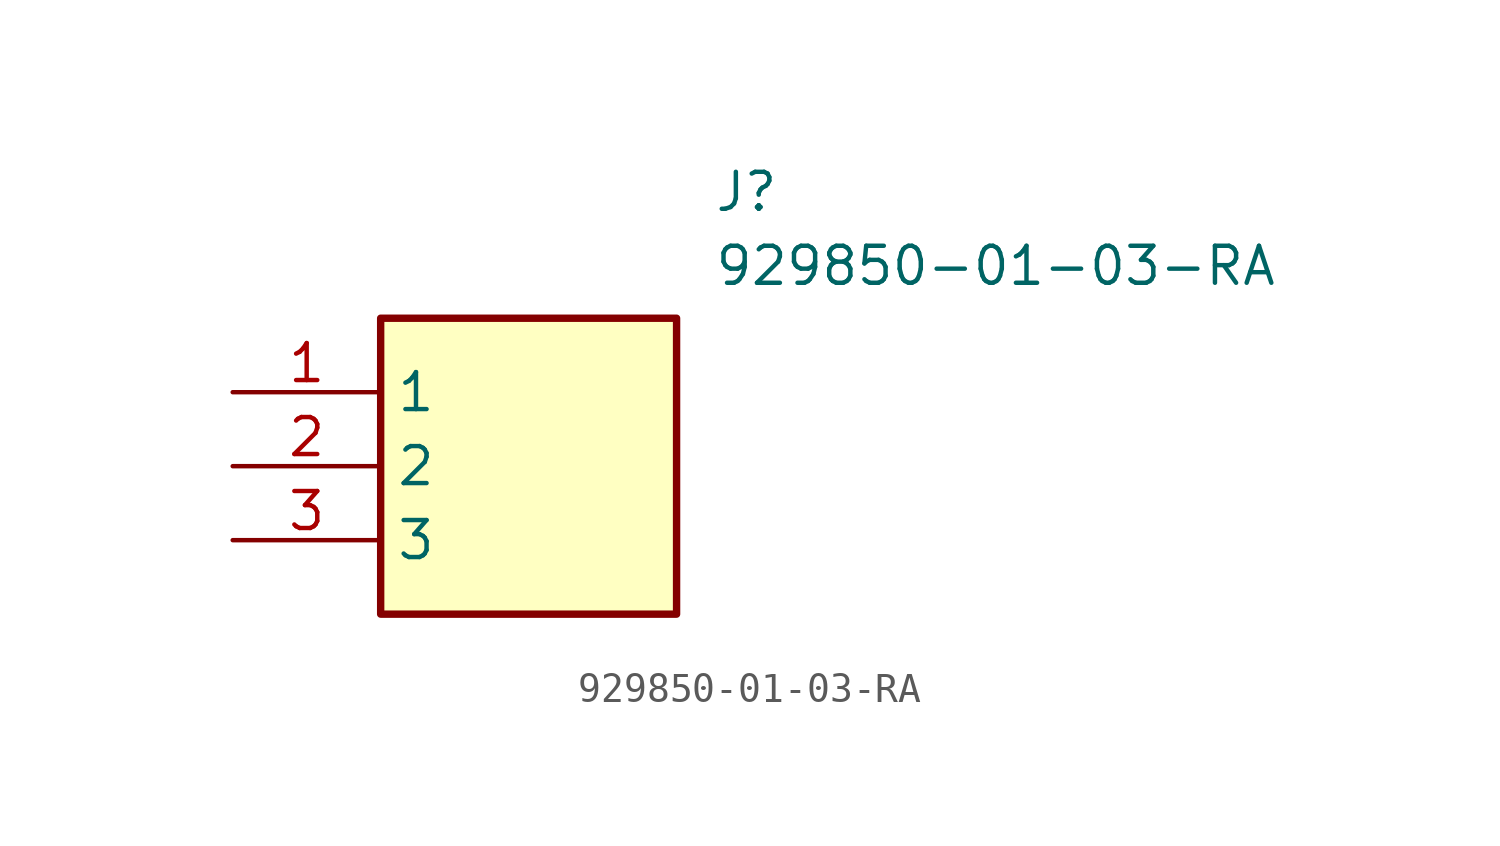
<source format=kicad_sym>
(kicad_symbol_lib
  (version 20211014)
  (generator SamacSys_ECAD_Model)
  (symbol "929850-01-03-RA"
    (property "Reference" "J"
      (at 16.51 7.62 0)
      (effects (font (size 1.27 1.27)) (justify left top)))
    (property "Value" "929850-01-03-RA"
      (at 16.51 5.08 0)
      (effects (font (size 1.27 1.27)) (justify left top)))
    (rectangle
      (start 5.08 2.54)
      (end 15.24 -7.62)
      (stroke (width 0.254) (type default))
      (fill (type background)))
    (pin passive line
      (at 0 0 0)
      (length 5.08)
      (name "1" (effects (font (size 1.27 1.27))))
      (number "1" (effects (font (size 1.27 1.27)))))
    (pin passive line
      (at 0 -2.54 0)
      (length 5.08)
      (name "2" (effects (font (size 1.27 1.27))))
      (number "2" (effects (font (size 1.27 1.27)))))
    (pin passive line
      (at 0 -5.08 0)
      (length 5.08)
      (name "3" (effects (font (size 1.27 1.27))))
      (number "3" (effects (font (size 1.27 1.27)))))))
</source>
